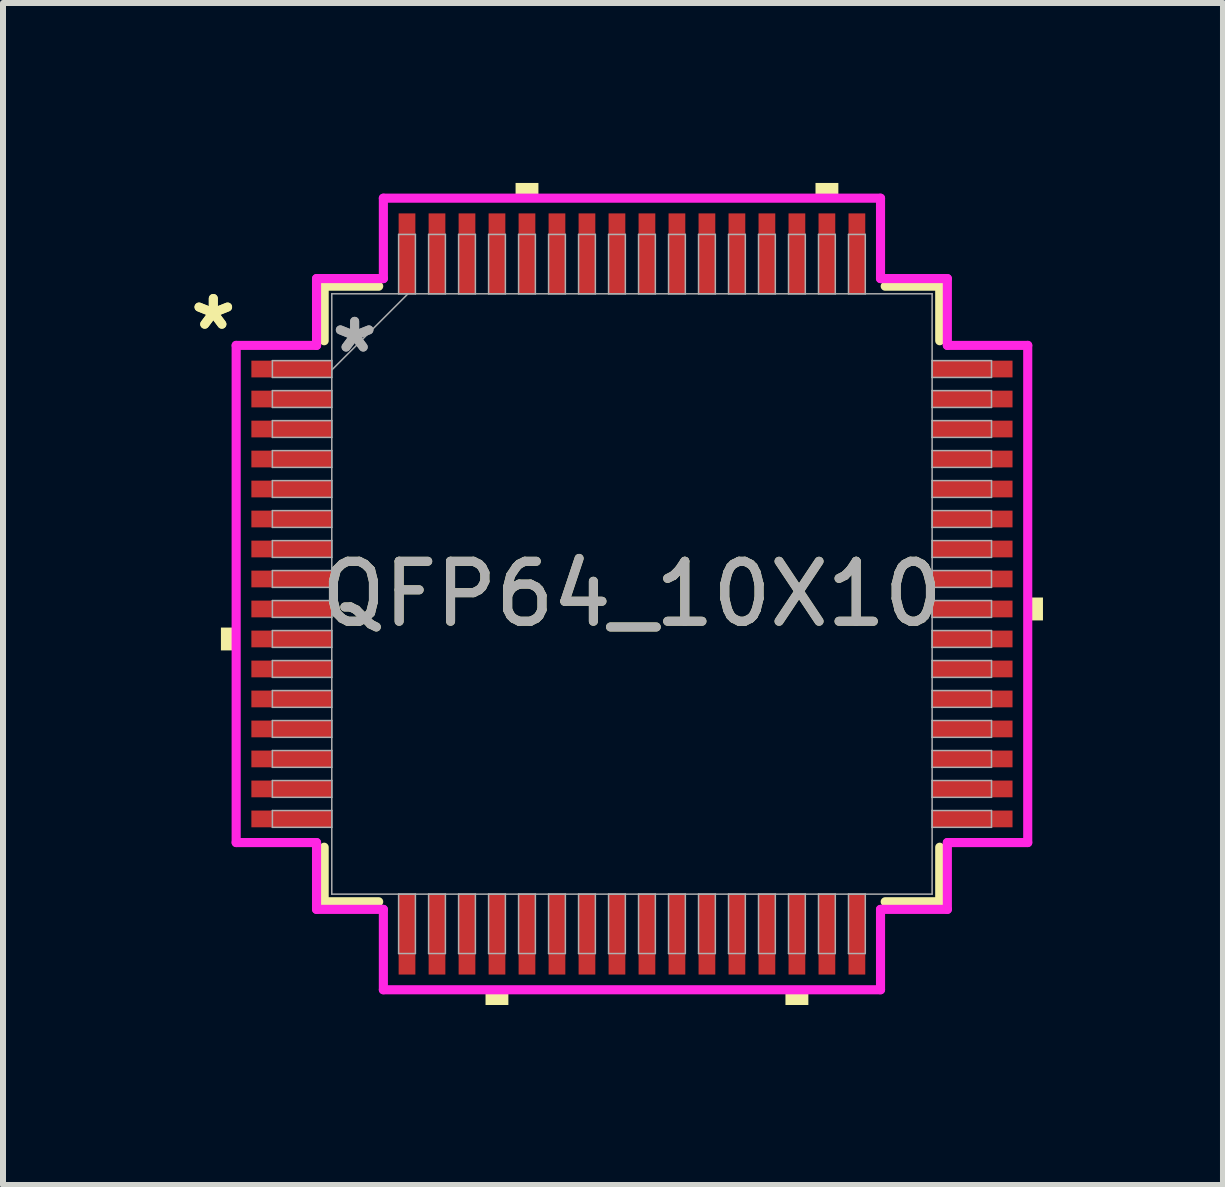
<source format=kicad_pcb>
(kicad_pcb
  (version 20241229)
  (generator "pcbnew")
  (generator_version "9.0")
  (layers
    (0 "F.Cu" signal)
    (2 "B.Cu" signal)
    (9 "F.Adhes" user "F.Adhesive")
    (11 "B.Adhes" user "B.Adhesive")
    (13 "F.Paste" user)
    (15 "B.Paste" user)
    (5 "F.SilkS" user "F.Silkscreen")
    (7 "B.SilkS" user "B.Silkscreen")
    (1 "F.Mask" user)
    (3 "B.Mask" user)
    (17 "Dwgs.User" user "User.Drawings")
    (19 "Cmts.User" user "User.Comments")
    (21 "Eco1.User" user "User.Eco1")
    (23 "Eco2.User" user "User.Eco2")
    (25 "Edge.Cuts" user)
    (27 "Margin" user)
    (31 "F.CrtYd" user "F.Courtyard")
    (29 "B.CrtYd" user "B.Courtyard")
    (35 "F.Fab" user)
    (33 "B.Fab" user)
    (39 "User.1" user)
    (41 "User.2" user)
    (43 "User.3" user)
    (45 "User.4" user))
  (footprint "QFP64_10X10"
    (layer "F.Cu")
    (at 7.485 6.852)
    (property "Reference" "QFP64_10X10" (at 0 0 0) (unlocked yes) (layer "F.SilkS") (effects (font (size 1 1) (thickness 0.15))))
    (attr smd)
    (fp_line (start -5.131 -5.131) (end -5.131 -4.222) (stroke (width 0.152) (type solid)) (layer "F.SilkS"))
    (fp_line (start -5.131 4.222) (end -5.131 5.131) (stroke (width 0.152) (type solid)) (layer "F.SilkS"))
    (fp_line (start -5.131 5.131) (end -4.222 5.131) (stroke (width 0.152) (type solid)) (layer "F.SilkS"))
    (fp_line (start -4.222 -5.131) (end -5.131 -5.131) (stroke (width 0.152) (type solid)) (layer "F.SilkS"))
    (fp_line (start 4.222 5.131) (end 5.131 5.131) (stroke (width 0.152) (type solid)) (layer "F.SilkS"))
    (fp_line (start 5.131 -5.131) (end 4.222 -5.131) (stroke (width 0.152) (type solid)) (layer "F.SilkS"))
    (fp_line (start 5.131 -4.222) (end 5.131 -5.131) (stroke (width 0.152) (type solid)) (layer "F.SilkS"))
    (fp_line (start 5.131 5.131) (end 5.131 4.222) (stroke (width 0.152) (type solid)) (layer "F.SilkS"))
    (fp_poly (pts (xy -6.852 0.56) (xy -6.852 0.941) (xy -6.598 0.941) (xy -6.598 0.56)) (stroke (width 0) (type solid)) (fill yes) (layer "F.SilkS"))
    (fp_poly (pts (xy -2.441 6.598) (xy -2.441 6.852) (xy -2.06 6.852) (xy -2.06 6.598)) (stroke (width 0) (type solid)) (fill yes) (layer "F.SilkS"))
    (fp_poly (pts (xy -1.94 -6.598) (xy -1.94 -6.852) (xy -1.559 -6.852) (xy -1.559 -6.598)) (stroke (width 0) (type solid)) (fill yes) (layer "F.SilkS"))
    (fp_poly (pts (xy 2.559 6.598) (xy 2.559 6.852) (xy 2.941 6.852) (xy 2.941 6.598)) (stroke (width 0) (type solid)) (fill yes) (layer "F.SilkS"))
    (fp_poly (pts (xy 3.06 -6.598) (xy 3.06 -6.852) (xy 3.441 -6.852) (xy 3.441 -6.598)) (stroke (width 0) (type solid)) (fill yes) (layer "F.SilkS"))
    (fp_poly (pts (xy 6.852 0.059) (xy 6.852 0.441) (xy 6.598 0.441) (xy 6.598 0.059)) (stroke (width 0) (type solid)) (fill yes) (layer "F.SilkS"))
    (fp_line (start -6.598 -4.144) (end -5.258 -4.144) (stroke (width 0.152) (type solid)) (layer "F.CrtYd"))
    (fp_line (start -6.598 4.144) (end -6.598 -4.144) (stroke (width 0.152) (type solid)) (layer "F.CrtYd"))
    (fp_line (start -5.258 -5.258) (end -4.144 -5.258) (stroke (width 0.152) (type solid)) (layer "F.CrtYd"))
    (fp_line (start -5.258 -4.144) (end -5.258 -5.258) (stroke (width 0.152) (type solid)) (layer "F.CrtYd"))
    (fp_line (start -5.258 4.144) (end -6.598 4.144) (stroke (width 0.152) (type solid)) (layer "F.CrtYd"))
    (fp_line (start -5.258 5.258) (end -5.258 4.144) (stroke (width 0.152) (type solid)) (layer "F.CrtYd"))
    (fp_line (start -5.258 5.258) (end -4.144 5.258) (stroke (width 0.152) (type solid)) (layer "F.CrtYd"))
    (fp_line (start -4.144 -6.598) (end 4.144 -6.598) (stroke (width 0.152) (type solid)) (layer "F.CrtYd"))
    (fp_line (start -4.144 -5.258) (end -4.144 -6.598) (stroke (width 0.152) (type solid)) (layer "F.CrtYd"))
    (fp_line (start -4.144 5.258) (end -4.144 6.598) (stroke (width 0.152) (type solid)) (layer "F.CrtYd"))
    (fp_line (start -4.144 6.598) (end 4.144 6.598) (stroke (width 0.152) (type solid)) (layer "F.CrtYd"))
    (fp_line (start 4.144 -6.598) (end 4.144 -5.258) (stroke (width 0.152) (type solid)) (layer "F.CrtYd"))
    (fp_line (start 4.144 -5.258) (end 5.258 -5.258) (stroke (width 0.152) (type solid)) (layer "F.CrtYd"))
    (fp_line (start 4.144 5.258) (end 5.258 5.258) (stroke (width 0.152) (type solid)) (layer "F.CrtYd"))
    (fp_line (start 4.144 6.598) (end 4.144 5.258) (stroke (width 0.152) (type solid)) (layer "F.CrtYd"))
    (fp_line (start 5.258 -4.144) (end 5.258 -5.258) (stroke (width 0.152) (type solid)) (layer "F.CrtYd"))
    (fp_line (start 5.258 4.144) (end 6.598 4.144) (stroke (width 0.152) (type solid)) (layer "F.CrtYd"))
    (fp_line (start 5.258 5.258) (end 5.258 4.144) (stroke (width 0.152) (type solid)) (layer "F.CrtYd"))
    (fp_line (start 6.598 -4.144) (end 5.258 -4.144) (stroke (width 0.152) (type solid)) (layer "F.CrtYd"))
    (fp_line (start 6.598 4.144) (end 6.598 -4.144) (stroke (width 0.152) (type solid)) (layer "F.CrtYd"))
    (fp_line (start -5.994 -3.89) (end -5.994 -3.61) (stroke (width 0.025) (type solid)) (layer "F.Fab"))
    (fp_line (start -5.994 -3.61) (end -5.004 -3.61) (stroke (width 0.025) (type solid)) (layer "F.Fab"))
    (fp_line (start -5.994 -3.39) (end -5.994 -3.11) (stroke (width 0.025) (type solid)) (layer "F.Fab"))
    (fp_line (start -5.994 -3.11) (end -5.004 -3.11) (stroke (width 0.025) (type solid)) (layer "F.Fab"))
    (fp_line (start -5.994 -2.89) (end -5.994 -2.61) (stroke (width 0.025) (type solid)) (layer "F.Fab"))
    (fp_line (start -5.994 -2.61) (end -5.004 -2.61) (stroke (width 0.025) (type solid)) (layer "F.Fab"))
    (fp_line (start -5.994 -2.39) (end -5.994 -2.11) (stroke (width 0.025) (type solid)) (layer "F.Fab"))
    (fp_line (start -5.994 -2.11) (end -5.004 -2.11) (stroke (width 0.025) (type solid)) (layer "F.Fab"))
    (fp_line (start -5.994 -1.89) (end -5.994 -1.61) (stroke (width 0.025) (type solid)) (layer "F.Fab"))
    (fp_line (start -5.994 -1.61) (end -5.004 -1.61) (stroke (width 0.025) (type solid)) (layer "F.Fab"))
    (fp_line (start -5.994 -1.39) (end -5.994 -1.11) (stroke (width 0.025) (type solid)) (layer "F.Fab"))
    (fp_line (start -5.994 -1.11) (end -5.004 -1.11) (stroke (width 0.025) (type solid)) (layer "F.Fab"))
    (fp_line (start -5.994 -0.89) (end -5.994 -0.61) (stroke (width 0.025) (type solid)) (layer "F.Fab"))
    (fp_line (start -5.994 -0.61) (end -5.004 -0.61) (stroke (width 0.025) (type solid)) (layer "F.Fab"))
    (fp_line (start -5.994 -0.39) (end -5.994 -0.11) (stroke (width 0.025) (type solid)) (layer "F.Fab"))
    (fp_line (start -5.994 -0.11) (end -5.004 -0.11) (stroke (width 0.025) (type solid)) (layer "F.Fab"))
    (fp_line (start -5.994 0.11) (end -5.994 0.39) (stroke (width 0.025) (type solid)) (layer "F.Fab"))
    (fp_line (start -5.994 0.39) (end -5.004 0.39) (stroke (width 0.025) (type solid)) (layer "F.Fab"))
    (fp_line (start -5.994 0.61) (end -5.994 0.89) (stroke (width 0.025) (type solid)) (layer "F.Fab"))
    (fp_line (start -5.994 0.89) (end -5.004 0.89) (stroke (width 0.025) (type solid)) (layer "F.Fab"))
    (fp_line (start -5.994 1.11) (end -5.994 1.39) (stroke (width 0.025) (type solid)) (layer "F.Fab"))
    (fp_line (start -5.994 1.39) (end -5.004 1.39) (stroke (width 0.025) (type solid)) (layer "F.Fab"))
    (fp_line (start -5.994 1.61) (end -5.994 1.89) (stroke (width 0.025) (type solid)) (layer "F.Fab"))
    (fp_line (start -5.994 1.89) (end -5.004 1.89) (stroke (width 0.025) (type solid)) (layer "F.Fab"))
    (fp_line (start -5.994 2.11) (end -5.994 2.39) (stroke (width 0.025) (type solid)) (layer "F.Fab"))
    (fp_line (start -5.994 2.39) (end -5.004 2.39) (stroke (width 0.025) (type solid)) (layer "F.Fab"))
    (fp_line (start -5.994 2.61) (end -5.994 2.89) (stroke (width 0.025) (type solid)) (layer "F.Fab"))
    (fp_line (start -5.994 2.89) (end -5.004 2.89) (stroke (width 0.025) (type solid)) (layer "F.Fab"))
    (fp_line (start -5.994 3.11) (end -5.994 3.39) (stroke (width 0.025) (type solid)) (layer "F.Fab"))
    (fp_line (start -5.994 3.39) (end -5.004 3.39) (stroke (width 0.025) (type solid)) (layer "F.Fab"))
    (fp_line (start -5.994 3.61) (end -5.994 3.89) (stroke (width 0.025) (type solid)) (layer "F.Fab"))
    (fp_line (start -5.994 3.89) (end -5.004 3.89) (stroke (width 0.025) (type solid)) (layer "F.Fab"))
    (fp_line (start -5.004 -5.004) (end -5.004 5.004) (stroke (width 0.025) (type solid)) (layer "F.Fab"))
    (fp_line (start -5.004 -3.89) (end -5.994 -3.89) (stroke (width 0.025) (type solid)) (layer "F.Fab"))
    (fp_line (start -5.004 -3.734) (end -3.734 -5.004) (stroke (width 0.025) (type solid)) (layer "F.Fab"))
    (fp_line (start -5.004 -3.61) (end -5.004 -3.89) (stroke (width 0.025) (type solid)) (layer "F.Fab"))
    (fp_line (start -5.004 -3.39) (end -5.994 -3.39) (stroke (width 0.025) (type solid)) (layer "F.Fab"))
    (fp_line (start -5.004 -3.11) (end -5.004 -3.39) (stroke (width 0.025) (type solid)) (layer "F.Fab"))
    (fp_line (start -5.004 -2.89) (end -5.994 -2.89) (stroke (width 0.025) (type solid)) (layer "F.Fab"))
    (fp_line (start -5.004 -2.61) (end -5.004 -2.89) (stroke (width 0.025) (type solid)) (layer "F.Fab"))
    (fp_line (start -5.004 -2.39) (end -5.994 -2.39) (stroke (width 0.025) (type solid)) (layer "F.Fab"))
    (fp_line (start -5.004 -2.11) (end -5.004 -2.39) (stroke (width 0.025) (type solid)) (layer "F.Fab"))
    (fp_line (start -5.004 -1.89) (end -5.994 -1.89) (stroke (width 0.025) (type solid)) (layer "F.Fab"))
    (fp_line (start -5.004 -1.61) (end -5.004 -1.89) (stroke (width 0.025) (type solid)) (layer "F.Fab"))
    (fp_line (start -5.004 -1.39) (end -5.994 -1.39) (stroke (width 0.025) (type solid)) (layer "F.Fab"))
    (fp_line (start -5.004 -1.11) (end -5.004 -1.39) (stroke (width 0.025) (type solid)) (layer "F.Fab"))
    (fp_line (start -5.004 -0.89) (end -5.994 -0.89) (stroke (width 0.025) (type solid)) (layer "F.Fab"))
    (fp_line (start -5.004 -0.61) (end -5.004 -0.89) (stroke (width 0.025) (type solid)) (layer "F.Fab"))
    (fp_line (start -5.004 -0.39) (end -5.994 -0.39) (stroke (width 0.025) (type solid)) (layer "F.Fab"))
    (fp_line (start -5.004 -0.11) (end -5.004 -0.39) (stroke (width 0.025) (type solid)) (layer "F.Fab"))
    (fp_line (start -5.004 0.11) (end -5.994 0.11) (stroke (width 0.025) (type solid)) (layer "F.Fab"))
    (fp_line (start -5.004 0.39) (end -5.004 0.11) (stroke (width 0.025) (type solid)) (layer "F.Fab"))
    (fp_line (start -5.004 0.61) (end -5.994 0.61) (stroke (width 0.025) (type solid)) (layer "F.Fab"))
    (fp_line (start -5.004 0.89) (end -5.004 0.61) (stroke (width 0.025) (type solid)) (layer "F.Fab"))
    (fp_line (start -5.004 1.11) (end -5.994 1.11) (stroke (width 0.025) (type solid)) (layer "F.Fab"))
    (fp_line (start -5.004 1.39) (end -5.004 1.11) (stroke (width 0.025) (type solid)) (layer "F.Fab"))
    (fp_line (start -5.004 1.61) (end -5.994 1.61) (stroke (width 0.025) (type solid)) (layer "F.Fab"))
    (fp_line (start -5.004 1.89) (end -5.004 1.61) (stroke (width 0.025) (type solid)) (layer "F.Fab"))
    (fp_line (start -5.004 2.11) (end -5.994 2.11) (stroke (width 0.025) (type solid)) (layer "F.Fab"))
    (fp_line (start -5.004 2.39) (end -5.004 2.11) (stroke (width 0.025) (type solid)) (layer "F.Fab"))
    (fp_line (start -5.004 2.61) (end -5.994 2.61) (stroke (width 0.025) (type solid)) (layer "F.Fab"))
    (fp_line (start -5.004 2.89) (end -5.004 2.61) (stroke (width 0.025) (type solid)) (layer "F.Fab"))
    (fp_line (start -5.004 3.11) (end -5.994 3.11) (stroke (width 0.025) (type solid)) (layer "F.Fab"))
    (fp_line (start -5.004 3.39) (end -5.004 3.11) (stroke (width 0.025) (type solid)) (layer "F.Fab"))
    (fp_line (start -5.004 3.61) (end -5.994 3.61) (stroke (width 0.025) (type solid)) (layer "F.Fab"))
    (fp_line (start -5.004 3.89) (end -5.004 3.61) (stroke (width 0.025) (type solid)) (layer "F.Fab"))
    (fp_line (start -5.004 5.004) (end 5.004 5.004) (stroke (width 0.025) (type solid)) (layer "F.Fab"))
    (fp_line (start -3.89 -5.994) (end -3.89 -5.004) (stroke (width 0.025) (type solid)) (layer "F.Fab"))
    (fp_line (start -3.89 -5.004) (end -3.61 -5.004) (stroke (width 0.025) (type solid)) (layer "F.Fab"))
    (fp_line (start -3.89 5.004) (end -3.89 5.994) (stroke (width 0.025) (type solid)) (layer "F.Fab"))
    (fp_line (start -3.89 5.994) (end -3.61 5.994) (stroke (width 0.025) (type solid)) (layer "F.Fab"))
    (fp_line (start -3.61 -5.994) (end -3.89 -5.994) (stroke (width 0.025) (type solid)) (layer "F.Fab"))
    (fp_line (start -3.61 -5.004) (end -3.61 -5.994) (stroke (width 0.025) (type solid)) (layer "F.Fab"))
    (fp_line (start -3.61 5.004) (end -3.89 5.004) (stroke (width 0.025) (type solid)) (layer "F.Fab"))
    (fp_line (start -3.61 5.994) (end -3.61 5.004) (stroke (width 0.025) (type solid)) (layer "F.Fab"))
    (fp_line (start -3.39 -5.994) (end -3.39 -5.004) (stroke (width 0.025) (type solid)) (layer "F.Fab"))
    (fp_line (start -3.39 -5.004) (end -3.11 -5.004) (stroke (width 0.025) (type solid)) (layer "F.Fab"))
    (fp_line (start -3.39 5.004) (end -3.39 5.994) (stroke (width 0.025) (type solid)) (layer "F.Fab"))
    (fp_line (start -3.39 5.994) (end -3.11 5.994) (stroke (width 0.025) (type solid)) (layer "F.Fab"))
    (fp_line (start -3.11 -5.994) (end -3.39 -5.994) (stroke (width 0.025) (type solid)) (layer "F.Fab"))
    (fp_line (start -3.11 -5.004) (end -3.11 -5.994) (stroke (width 0.025) (type solid)) (layer "F.Fab"))
    (fp_line (start -3.11 5.004) (end -3.39 5.004) (stroke (width 0.025) (type solid)) (layer "F.Fab"))
    (fp_line (start -3.11 5.994) (end -3.11 5.004) (stroke (width 0.025) (type solid)) (layer "F.Fab"))
    (fp_line (start -2.89 -5.994) (end -2.89 -5.004) (stroke (width 0.025) (type solid)) (layer "F.Fab"))
    (fp_line (start -2.89 -5.004) (end -2.61 -5.004) (stroke (width 0.025) (type solid)) (layer "F.Fab"))
    (fp_line (start -2.89 5.004) (end -2.89 5.994) (stroke (width 0.025) (type solid)) (layer "F.Fab"))
    (fp_line (start -2.89 5.994) (end -2.61 5.994) (stroke (width 0.025) (type solid)) (layer "F.Fab"))
    (fp_line (start -2.61 -5.994) (end -2.89 -5.994) (stroke (width 0.025) (type solid)) (layer "F.Fab"))
    (fp_line (start -2.61 -5.004) (end -2.61 -5.994) (stroke (width 0.025) (type solid)) (layer "F.Fab"))
    (fp_line (start -2.61 5.004) (end -2.89 5.004) (stroke (width 0.025) (type solid)) (layer "F.Fab"))
    (fp_line (start -2.61 5.994) (end -2.61 5.004) (stroke (width 0.025) (type solid)) (layer "F.Fab"))
    (fp_line (start -2.39 -5.994) (end -2.39 -5.004) (stroke (width 0.025) (type solid)) (layer "F.Fab"))
    (fp_line (start -2.39 -5.004) (end -2.11 -5.004) (stroke (width 0.025) (type solid)) (layer "F.Fab"))
    (fp_line (start -2.39 5.004) (end -2.39 5.994) (stroke (width 0.025) (type solid)) (layer "F.Fab"))
    (fp_line (start -2.39 5.994) (end -2.11 5.994) (stroke (width 0.025) (type solid)) (layer "F.Fab"))
    (fp_line (start -2.11 -5.994) (end -2.39 -5.994) (stroke (width 0.025) (type solid)) (layer "F.Fab"))
    (fp_line (start -2.11 -5.004) (end -2.11 -5.994) (stroke (width 0.025) (type solid)) (layer "F.Fab"))
    (fp_line (start -2.11 5.004) (end -2.39 5.004) (stroke (width 0.025) (type solid)) (layer "F.Fab"))
    (fp_line (start -2.11 5.994) (end -2.11 5.004) (stroke (width 0.025) (type solid)) (layer "F.Fab"))
    (fp_line (start -1.89 -5.994) (end -1.89 -5.004) (stroke (width 0.025) (type solid)) (layer "F.Fab"))
    (fp_line (start -1.89 -5.004) (end -1.61 -5.004) (stroke (width 0.025) (type solid)) (layer "F.Fab"))
    (fp_line (start -1.89 5.004) (end -1.89 5.994) (stroke (width 0.025) (type solid)) (layer "F.Fab"))
    (fp_line (start -1.89 5.994) (end -1.61 5.994) (stroke (width 0.025) (type solid)) (layer "F.Fab"))
    (fp_line (start -1.61 -5.994) (end -1.89 -5.994) (stroke (width 0.025) (type solid)) (layer "F.Fab"))
    (fp_line (start -1.61 -5.004) (end -1.61 -5.994) (stroke (width 0.025) (type solid)) (layer "F.Fab"))
    (fp_line (start -1.61 5.004) (end -1.89 5.004) (stroke (width 0.025) (type solid)) (layer "F.Fab"))
    (fp_line (start -1.61 5.994) (end -1.61 5.004) (stroke (width 0.025) (type solid)) (layer "F.Fab"))
    (fp_line (start -1.39 -5.994) (end -1.39 -5.004) (stroke (width 0.025) (type solid)) (layer "F.Fab"))
    (fp_line (start -1.39 -5.004) (end -1.11 -5.004) (stroke (width 0.025) (type solid)) (layer "F.Fab"))
    (fp_line (start -1.39 5.004) (end -1.39 5.994) (stroke (width 0.025) (type solid)) (layer "F.Fab"))
    (fp_line (start -1.39 5.994) (end -1.11 5.994) (stroke (width 0.025) (type solid)) (layer "F.Fab"))
    (fp_line (start -1.11 -5.994) (end -1.39 -5.994) (stroke (width 0.025) (type solid)) (layer "F.Fab"))
    (fp_line (start -1.11 -5.004) (end -1.11 -5.994) (stroke (width 0.025) (type solid)) (layer "F.Fab"))
    (fp_line (start -1.11 5.004) (end -1.39 5.004) (stroke (width 0.025) (type solid)) (layer "F.Fab"))
    (fp_line (start -1.11 5.994) (end -1.11 5.004) (stroke (width 0.025) (type solid)) (layer "F.Fab"))
    (fp_line (start -0.89 -5.994) (end -0.89 -5.004) (stroke (width 0.025) (type solid)) (layer "F.Fab"))
    (fp_line (start -0.89 -5.004) (end -0.61 -5.004) (stroke (width 0.025) (type solid)) (layer "F.Fab"))
    (fp_line (start -0.89 5.004) (end -0.89 5.994) (stroke (width 0.025) (type solid)) (layer "F.Fab"))
    (fp_line (start -0.89 5.994) (end -0.61 5.994) (stroke (width 0.025) (type solid)) (layer "F.Fab"))
    (fp_line (start -0.61 -5.994) (end -0.89 -5.994) (stroke (width 0.025) (type solid)) (layer "F.Fab"))
    (fp_line (start -0.61 -5.004) (end -0.61 -5.994) (stroke (width 0.025) (type solid)) (layer "F.Fab"))
    (fp_line (start -0.61 5.004) (end -0.89 5.004) (stroke (width 0.025) (type solid)) (layer "F.Fab"))
    (fp_line (start -0.61 5.994) (end -0.61 5.004) (stroke (width 0.025) (type solid)) (layer "F.Fab"))
    (fp_line (start -0.39 -5.994) (end -0.39 -5.004) (stroke (width 0.025) (type solid)) (layer "F.Fab"))
    (fp_line (start -0.39 -5.004) (end -0.11 -5.004) (stroke (width 0.025) (type solid)) (layer "F.Fab"))
    (fp_line (start -0.39 5.004) (end -0.39 5.994) (stroke (width 0.025) (type solid)) (layer "F.Fab"))
    (fp_line (start -0.39 5.994) (end -0.11 5.994) (stroke (width 0.025) (type solid)) (layer "F.Fab"))
    (fp_line (start -0.11 -5.994) (end -0.39 -5.994) (stroke (width 0.025) (type solid)) (layer "F.Fab"))
    (fp_line (start -0.11 -5.004) (end -0.11 -5.994) (stroke (width 0.025) (type solid)) (layer "F.Fab"))
    (fp_line (start -0.11 5.004) (end -0.39 5.004) (stroke (width 0.025) (type solid)) (layer "F.Fab"))
    (fp_line (start -0.11 5.994) (end -0.11 5.004) (stroke (width 0.025) (type solid)) (layer "F.Fab"))
    (fp_line (start 0.11 -5.994) (end 0.11 -5.004) (stroke (width 0.025) (type solid)) (layer "F.Fab"))
    (fp_line (start 0.11 -5.004) (end 0.39 -5.004) (stroke (width 0.025) (type solid)) (layer "F.Fab"))
    (fp_line (start 0.11 5.004) (end 0.11 5.994) (stroke (width 0.025) (type solid)) (layer "F.Fab"))
    (fp_line (start 0.11 5.994) (end 0.39 5.994) (stroke (width 0.025) (type solid)) (layer "F.Fab"))
    (fp_line (start 0.39 -5.994) (end 0.11 -5.994) (stroke (width 0.025) (type solid)) (layer "F.Fab"))
    (fp_line (start 0.39 -5.004) (end 0.39 -5.994) (stroke (width 0.025) (type solid)) (layer "F.Fab"))
    (fp_line (start 0.39 5.004) (end 0.11 5.004) (stroke (width 0.025) (type solid)) (layer "F.Fab"))
    (fp_line (start 0.39 5.994) (end 0.39 5.004) (stroke (width 0.025) (type solid)) (layer "F.Fab"))
    (fp_line (start 0.61 -5.994) (end 0.61 -5.004) (stroke (width 0.025) (type solid)) (layer "F.Fab"))
    (fp_line (start 0.61 -5.004) (end 0.89 -5.004) (stroke (width 0.025) (type solid)) (layer "F.Fab"))
    (fp_line (start 0.61 5.004) (end 0.61 5.994) (stroke (width 0.025) (type solid)) (layer "F.Fab"))
    (fp_line (start 0.61 5.994) (end 0.89 5.994) (stroke (width 0.025) (type solid)) (layer "F.Fab"))
    (fp_line (start 0.89 -5.994) (end 0.61 -5.994) (stroke (width 0.025) (type solid)) (layer "F.Fab"))
    (fp_line (start 0.89 -5.004) (end 0.89 -5.994) (stroke (width 0.025) (type solid)) (layer "F.Fab"))
    (fp_line (start 0.89 5.004) (end 0.61 5.004) (stroke (width 0.025) (type solid)) (layer "F.Fab"))
    (fp_line (start 0.89 5.994) (end 0.89 5.004) (stroke (width 0.025) (type solid)) (layer "F.Fab"))
    (fp_line (start 1.11 -5.994) (end 1.11 -5.004) (stroke (width 0.025) (type solid)) (layer "F.Fab"))
    (fp_line (start 1.11 -5.004) (end 1.39 -5.004) (stroke (width 0.025) (type solid)) (layer "F.Fab"))
    (fp_line (start 1.11 5.004) (end 1.11 5.994) (stroke (width 0.025) (type solid)) (layer "F.Fab"))
    (fp_line (start 1.11 5.994) (end 1.39 5.994) (stroke (width 0.025) (type solid)) (layer "F.Fab"))
    (fp_line (start 1.39 -5.994) (end 1.11 -5.994) (stroke (width 0.025) (type solid)) (layer "F.Fab"))
    (fp_line (start 1.39 -5.004) (end 1.39 -5.994) (stroke (width 0.025) (type solid)) (layer "F.Fab"))
    (fp_line (start 1.39 5.004) (end 1.11 5.004) (stroke (width 0.025) (type solid)) (layer "F.Fab"))
    (fp_line (start 1.39 5.994) (end 1.39 5.004) (stroke (width 0.025) (type solid)) (layer "F.Fab"))
    (fp_line (start 1.61 -5.994) (end 1.61 -5.004) (stroke (width 0.025) (type solid)) (layer "F.Fab"))
    (fp_line (start 1.61 -5.004) (end 1.89 -5.004) (stroke (width 0.025) (type solid)) (layer "F.Fab"))
    (fp_line (start 1.61 5.004) (end 1.61 5.994) (stroke (width 0.025) (type solid)) (layer "F.Fab"))
    (fp_line (start 1.61 5.994) (end 1.89 5.994) (stroke (width 0.025) (type solid)) (layer "F.Fab"))
    (fp_line (start 1.89 -5.994) (end 1.61 -5.994) (stroke (width 0.025) (type solid)) (layer "F.Fab"))
    (fp_line (start 1.89 -5.004) (end 1.89 -5.994) (stroke (width 0.025) (type solid)) (layer "F.Fab"))
    (fp_line (start 1.89 5.004) (end 1.61 5.004) (stroke (width 0.025) (type solid)) (layer "F.Fab"))
    (fp_line (start 1.89 5.994) (end 1.89 5.004) (stroke (width 0.025) (type solid)) (layer "F.Fab"))
    (fp_line (start 2.11 -5.994) (end 2.11 -5.004) (stroke (width 0.025) (type solid)) (layer "F.Fab"))
    (fp_line (start 2.11 -5.004) (end 2.39 -5.004) (stroke (width 0.025) (type solid)) (layer "F.Fab"))
    (fp_line (start 2.11 5.004) (end 2.11 5.994) (stroke (width 0.025) (type solid)) (layer "F.Fab"))
    (fp_line (start 2.11 5.994) (end 2.39 5.994) (stroke (width 0.025) (type solid)) (layer "F.Fab"))
    (fp_line (start 2.39 -5.994) (end 2.11 -5.994) (stroke (width 0.025) (type solid)) (layer "F.Fab"))
    (fp_line (start 2.39 -5.004) (end 2.39 -5.994) (stroke (width 0.025) (type solid)) (layer "F.Fab"))
    (fp_line (start 2.39 5.004) (end 2.11 5.004) (stroke (width 0.025) (type solid)) (layer "F.Fab"))
    (fp_line (start 2.39 5.994) (end 2.39 5.004) (stroke (width 0.025) (type solid)) (layer "F.Fab"))
    (fp_line (start 2.61 -5.994) (end 2.61 -5.004) (stroke (width 0.025) (type solid)) (layer "F.Fab"))
    (fp_line (start 2.61 -5.004) (end 2.89 -5.004) (stroke (width 0.025) (type solid)) (layer "F.Fab"))
    (fp_line (start 2.61 5.004) (end 2.61 5.994) (stroke (width 0.025) (type solid)) (layer "F.Fab"))
    (fp_line (start 2.61 5.994) (end 2.89 5.994) (stroke (width 0.025) (type solid)) (layer "F.Fab"))
    (fp_line (start 2.89 -5.994) (end 2.61 -5.994) (stroke (width 0.025) (type solid)) (layer "F.Fab"))
    (fp_line (start 2.89 -5.004) (end 2.89 -5.994) (stroke (width 0.025) (type solid)) (layer "F.Fab"))
    (fp_line (start 2.89 5.004) (end 2.61 5.004) (stroke (width 0.025) (type solid)) (layer "F.Fab"))
    (fp_line (start 2.89 5.994) (end 2.89 5.004) (stroke (width 0.025) (type solid)) (layer "F.Fab"))
    (fp_line (start 3.11 -5.994) (end 3.11 -5.004) (stroke (width 0.025) (type solid)) (layer "F.Fab"))
    (fp_line (start 3.11 -5.004) (end 3.39 -5.004) (stroke (width 0.025) (type solid)) (layer "F.Fab"))
    (fp_line (start 3.11 5.004) (end 3.11 5.994) (stroke (width 0.025) (type solid)) (layer "F.Fab"))
    (fp_line (start 3.11 5.994) (end 3.39 5.994) (stroke (width 0.025) (type solid)) (layer "F.Fab"))
    (fp_line (start 3.39 -5.994) (end 3.11 -5.994) (stroke (width 0.025) (type solid)) (layer "F.Fab"))
    (fp_line (start 3.39 -5.004) (end 3.39 -5.994) (stroke (width 0.025) (type solid)) (layer "F.Fab"))
    (fp_line (start 3.39 5.004) (end 3.11 5.004) (stroke (width 0.025) (type solid)) (layer "F.Fab"))
    (fp_line (start 3.39 5.994) (end 3.39 5.004) (stroke (width 0.025) (type solid)) (layer "F.Fab"))
    (fp_line (start 3.61 -5.994) (end 3.61 -5.004) (stroke (width 0.025) (type solid)) (layer "F.Fab"))
    (fp_line (start 3.61 -5.004) (end 3.89 -5.004) (stroke (width 0.025) (type solid)) (layer "F.Fab"))
    (fp_line (start 3.61 5.004) (end 3.61 5.994) (stroke (width 0.025) (type solid)) (layer "F.Fab"))
    (fp_line (start 3.61 5.994) (end 3.89 5.994) (stroke (width 0.025) (type solid)) (layer "F.Fab"))
    (fp_line (start 3.89 -5.994) (end 3.61 -5.994) (stroke (width 0.025) (type solid)) (layer "F.Fab"))
    (fp_line (start 3.89 -5.004) (end 3.89 -5.994) (stroke (width 0.025) (type solid)) (layer "F.Fab"))
    (fp_line (start 3.89 5.004) (end 3.61 5.004) (stroke (width 0.025) (type solid)) (layer "F.Fab"))
    (fp_line (start 3.89 5.994) (end 3.89 5.004) (stroke (width 0.025) (type solid)) (layer "F.Fab"))
    (fp_line (start 5.004 -5.004) (end -5.004 -5.004) (stroke (width 0.025) (type solid)) (layer "F.Fab"))
    (fp_line (start 5.004 -3.89) (end 5.004 -3.61) (stroke (width 0.025) (type solid)) (layer "F.Fab"))
    (fp_line (start 5.004 -3.61) (end 5.994 -3.61) (stroke (width 0.025) (type solid)) (layer "F.Fab"))
    (fp_line (start 5.004 -3.39) (end 5.004 -3.11) (stroke (width 0.025) (type solid)) (layer "F.Fab"))
    (fp_line (start 5.004 -3.11) (end 5.994 -3.11) (stroke (width 0.025) (type solid)) (layer "F.Fab"))
    (fp_line (start 5.004 -2.89) (end 5.004 -2.61) (stroke (width 0.025) (type solid)) (layer "F.Fab"))
    (fp_line (start 5.004 -2.61) (end 5.994 -2.61) (stroke (width 0.025) (type solid)) (layer "F.Fab"))
    (fp_line (start 5.004 -2.39) (end 5.004 -2.11) (stroke (width 0.025) (type solid)) (layer "F.Fab"))
    (fp_line (start 5.004 -2.11) (end 5.994 -2.11) (stroke (width 0.025) (type solid)) (layer "F.Fab"))
    (fp_line (start 5.004 -1.89) (end 5.004 -1.61) (stroke (width 0.025) (type solid)) (layer "F.Fab"))
    (fp_line (start 5.004 -1.61) (end 5.994 -1.61) (stroke (width 0.025) (type solid)) (layer "F.Fab"))
    (fp_line (start 5.004 -1.39) (end 5.004 -1.11) (stroke (width 0.025) (type solid)) (layer "F.Fab"))
    (fp_line (start 5.004 -1.11) (end 5.994 -1.11) (stroke (width 0.025) (type solid)) (layer "F.Fab"))
    (fp_line (start 5.004 -0.89) (end 5.004 -0.61) (stroke (width 0.025) (type solid)) (layer "F.Fab"))
    (fp_line (start 5.004 -0.61) (end 5.994 -0.61) (stroke (width 0.025) (type solid)) (layer "F.Fab"))
    (fp_line (start 5.004 -0.39) (end 5.004 -0.11) (stroke (width 0.025) (type solid)) (layer "F.Fab"))
    (fp_line (start 5.004 -0.11) (end 5.994 -0.11) (stroke (width 0.025) (type solid)) (layer "F.Fab"))
    (fp_line (start 5.004 0.11) (end 5.004 0.39) (stroke (width 0.025) (type solid)) (layer "F.Fab"))
    (fp_line (start 5.004 0.39) (end 5.994 0.39) (stroke (width 0.025) (type solid)) (layer "F.Fab"))
    (fp_line (start 5.004 0.61) (end 5.004 0.89) (stroke (width 0.025) (type solid)) (layer "F.Fab"))
    (fp_line (start 5.004 0.89) (end 5.994 0.89) (stroke (width 0.025) (type solid)) (layer "F.Fab"))
    (fp_line (start 5.004 1.11) (end 5.004 1.39) (stroke (width 0.025) (type solid)) (layer "F.Fab"))
    (fp_line (start 5.004 1.39) (end 5.994 1.39) (stroke (width 0.025) (type solid)) (layer "F.Fab"))
    (fp_line (start 5.004 1.61) (end 5.004 1.89) (stroke (width 0.025) (type solid)) (layer "F.Fab"))
    (fp_line (start 5.004 1.89) (end 5.994 1.89) (stroke (width 0.025) (type solid)) (layer "F.Fab"))
    (fp_line (start 5.004 2.11) (end 5.004 2.39) (stroke (width 0.025) (type solid)) (layer "F.Fab"))
    (fp_line (start 5.004 2.39) (end 5.994 2.39) (stroke (width 0.025) (type solid)) (layer "F.Fab"))
    (fp_line (start 5.004 2.61) (end 5.004 2.89) (stroke (width 0.025) (type solid)) (layer "F.Fab"))
    (fp_line (start 5.004 2.89) (end 5.994 2.89) (stroke (width 0.025) (type solid)) (layer "F.Fab"))
    (fp_line (start 5.004 3.11) (end 5.004 3.39) (stroke (width 0.025) (type solid)) (layer "F.Fab"))
    (fp_line (start 5.004 3.39) (end 5.994 3.39) (stroke (width 0.025) (type solid)) (layer "F.Fab"))
    (fp_line (start 5.004 3.61) (end 5.004 3.89) (stroke (width 0.025) (type solid)) (layer "F.Fab"))
    (fp_line (start 5.004 3.89) (end 5.994 3.89) (stroke (width 0.025) (type solid)) (layer "F.Fab"))
    (fp_line (start 5.004 5.004) (end 5.004 -5.004) (stroke (width 0.025) (type solid)) (layer "F.Fab"))
    (fp_line (start 5.994 -3.89) (end 5.004 -3.89) (stroke (width 0.025) (type solid)) (layer "F.Fab"))
    (fp_line (start 5.994 -3.61) (end 5.994 -3.89) (stroke (width 0.025) (type solid)) (layer "F.Fab"))
    (fp_line (start 5.994 -3.39) (end 5.004 -3.39) (stroke (width 0.025) (type solid)) (layer "F.Fab"))
    (fp_line (start 5.994 -3.11) (end 5.994 -3.39) (stroke (width 0.025) (type solid)) (layer "F.Fab"))
    (fp_line (start 5.994 -2.89) (end 5.004 -2.89) (stroke (width 0.025) (type solid)) (layer "F.Fab"))
    (fp_line (start 5.994 -2.61) (end 5.994 -2.89) (stroke (width 0.025) (type solid)) (layer "F.Fab"))
    (fp_line (start 5.994 -2.39) (end 5.004 -2.39) (stroke (width 0.025) (type solid)) (layer "F.Fab"))
    (fp_line (start 5.994 -2.11) (end 5.994 -2.39) (stroke (width 0.025) (type solid)) (layer "F.Fab"))
    (fp_line (start 5.994 -1.89) (end 5.004 -1.89) (stroke (width 0.025) (type solid)) (layer "F.Fab"))
    (fp_line (start 5.994 -1.61) (end 5.994 -1.89) (stroke (width 0.025) (type solid)) (layer "F.Fab"))
    (fp_line (start 5.994 -1.39) (end 5.004 -1.39) (stroke (width 0.025) (type solid)) (layer "F.Fab"))
    (fp_line (start 5.994 -1.11) (end 5.994 -1.39) (stroke (width 0.025) (type solid)) (layer "F.Fab"))
    (fp_line (start 5.994 -0.89) (end 5.004 -0.89) (stroke (width 0.025) (type solid)) (layer "F.Fab"))
    (fp_line (start 5.994 -0.61) (end 5.994 -0.89) (stroke (width 0.025) (type solid)) (layer "F.Fab"))
    (fp_line (start 5.994 -0.39) (end 5.004 -0.39) (stroke (width 0.025) (type solid)) (layer "F.Fab"))
    (fp_line (start 5.994 -0.11) (end 5.994 -0.39) (stroke (width 0.025) (type solid)) (layer "F.Fab"))
    (fp_line (start 5.994 0.11) (end 5.004 0.11) (stroke (width 0.025) (type solid)) (layer "F.Fab"))
    (fp_line (start 5.994 0.39) (end 5.994 0.11) (stroke (width 0.025) (type solid)) (layer "F.Fab"))
    (fp_line (start 5.994 0.61) (end 5.004 0.61) (stroke (width 0.025) (type solid)) (layer "F.Fab"))
    (fp_line (start 5.994 0.89) (end 5.994 0.61) (stroke (width 0.025) (type solid)) (layer "F.Fab"))
    (fp_line (start 5.994 1.11) (end 5.004 1.11) (stroke (width 0.025) (type solid)) (layer "F.Fab"))
    (fp_line (start 5.994 1.39) (end 5.994 1.11) (stroke (width 0.025) (type solid)) (layer "F.Fab"))
    (fp_line (start 5.994 1.61) (end 5.004 1.61) (stroke (width 0.025) (type solid)) (layer "F.Fab"))
    (fp_line (start 5.994 1.89) (end 5.994 1.61) (stroke (width 0.025) (type solid)) (layer "F.Fab"))
    (fp_line (start 5.994 2.11) (end 5.004 2.11) (stroke (width 0.025) (type solid)) (layer "F.Fab"))
    (fp_line (start 5.994 2.39) (end 5.994 2.11) (stroke (width 0.025) (type solid)) (layer "F.Fab"))
    (fp_line (start 5.994 2.61) (end 5.004 2.61) (stroke (width 0.025) (type solid)) (layer "F.Fab"))
    (fp_line (start 5.994 2.89) (end 5.994 2.61) (stroke (width 0.025) (type solid)) (layer "F.Fab"))
    (fp_line (start 5.994 3.11) (end 5.004 3.11) (stroke (width 0.025) (type solid)) (layer "F.Fab"))
    (fp_line (start 5.994 3.39) (end 5.994 3.11) (stroke (width 0.025) (type solid)) (layer "F.Fab"))
    (fp_line (start 5.994 3.61) (end 5.004 3.61) (stroke (width 0.025) (type solid)) (layer "F.Fab"))
    (fp_line (start 5.994 3.89) (end 5.994 3.61) (stroke (width 0.025) (type solid)) (layer "F.Fab"))
    (fp_text user "*" (at -6.979 -4.381 0) (layer "F.SilkS") (effects (font (size 1 1) (thickness 0.15))))
    (fp_text user "*" (at -6.979 -4.381 0) (unlocked yes) (layer "F.SilkS") (effects (font (size 1 1) (thickness 0.15))))
    (fp_text user "*" (at -4.623 -4 0) (unlocked yes) (layer "F.Fab") (effects (font (size 1 1) (thickness 0.15))))
    (fp_text user "*" (at -4.623 -4 0) (layer "F.Fab") (effects (font (size 1 1) (thickness 0.15))))
    (fp_text user "${REFERENCE}" (at 0 0 0) (unlocked yes) (layer "F.Fab") (effects (font (size 1 1) (thickness 0.15))))
    (pad "1" smd rect (at -5.674 -3.75 90) (size 0.279 1.341) (layers "F.Cu" "F.Mask" "F.Paste"))
    (pad "2" smd rect (at -5.674 -3.25 90) (size 0.279 1.341) (layers "F.Cu" "F.Mask" "F.Paste"))
    (pad "3" smd rect (at -5.674 -2.75 90) (size 0.279 1.341) (layers "F.Cu" "F.Mask" "F.Paste"))
    (pad "4" smd rect (at -5.674 -2.25 90) (size 0.279 1.341) (layers "F.Cu" "F.Mask" "F.Paste"))
    (pad "5" smd rect (at -5.674 -1.75 90) (size 0.279 1.341) (layers "F.Cu" "F.Mask" "F.Paste"))
    (pad "6" smd rect (at -5.674 -1.25 90) (size 0.279 1.341) (layers "F.Cu" "F.Mask" "F.Paste"))
    (pad "7" smd rect (at -5.674 -0.75 90) (size 0.279 1.341) (layers "F.Cu" "F.Mask" "F.Paste"))
    (pad "8" smd rect (at -5.674 -0.25 90) (size 0.279 1.341) (layers "F.Cu" "F.Mask" "F.Paste"))
    (pad "9" smd rect (at -5.674 0.25 90) (size 0.279 1.341) (layers "F.Cu" "F.Mask" "F.Paste"))
    (pad "10" smd rect (at -5.674 0.75 90) (size 0.279 1.341) (layers "F.Cu" "F.Mask" "F.Paste"))
    (pad "11" smd rect (at -5.674 1.25 90) (size 0.279 1.341) (layers "F.Cu" "F.Mask" "F.Paste"))
    (pad "12" smd rect (at -5.674 1.75 90) (size 0.279 1.341) (layers "F.Cu" "F.Mask" "F.Paste"))
    (pad "13" smd rect (at -5.674 2.25 90) (size 0.279 1.341) (layers "F.Cu" "F.Mask" "F.Paste"))
    (pad "14" smd rect (at -5.674 2.75 90) (size 0.279 1.341) (layers "F.Cu" "F.Mask" "F.Paste"))
    (pad "15" smd rect (at -5.674 3.25 90) (size 0.279 1.341) (layers "F.Cu" "F.Mask" "F.Paste"))
    (pad "16" smd rect (at -5.674 3.75 90) (size 0.279 1.341) (layers "F.Cu" "F.Mask" "F.Paste"))
    (pad "17" smd rect (at -3.75 5.674) (size 0.279 1.341) (layers "F.Cu" "F.Mask" "F.Paste"))
    (pad "18" smd rect (at -3.25 5.674) (size 0.279 1.341) (layers "F.Cu" "F.Mask" "F.Paste"))
    (pad "19" smd rect (at -2.75 5.674) (size 0.279 1.341) (layers "F.Cu" "F.Mask" "F.Paste"))
    (pad "20" smd rect (at -2.25 5.674) (size 0.279 1.341) (layers "F.Cu" "F.Mask" "F.Paste"))
    (pad "21" smd rect (at -1.75 5.674) (size 0.279 1.341) (layers "F.Cu" "F.Mask" "F.Paste"))
    (pad "22" smd rect (at -1.25 5.674) (size 0.279 1.341) (layers "F.Cu" "F.Mask" "F.Paste"))
    (pad "23" smd rect (at -0.75 5.674) (size 0.279 1.341) (layers "F.Cu" "F.Mask" "F.Paste"))
    (pad "24" smd rect (at -0.25 5.674) (size 0.279 1.341) (layers "F.Cu" "F.Mask" "F.Paste"))
    (pad "25" smd rect (at 0.25 5.674) (size 0.279 1.341) (layers "F.Cu" "F.Mask" "F.Paste"))
    (pad "26" smd rect (at 0.75 5.674) (size 0.279 1.341) (layers "F.Cu" "F.Mask" "F.Paste"))
    (pad "27" smd rect (at 1.25 5.674) (size 0.279 1.341) (layers "F.Cu" "F.Mask" "F.Paste"))
    (pad "28" smd rect (at 1.75 5.674) (size 0.279 1.341) (layers "F.Cu" "F.Mask" "F.Paste"))
    (pad "29" smd rect (at 2.25 5.674) (size 0.279 1.341) (layers "F.Cu" "F.Mask" "F.Paste"))
    (pad "30" smd rect (at 2.75 5.674) (size 0.279 1.341) (layers "F.Cu" "F.Mask" "F.Paste"))
    (pad "31" smd rect (at 3.25 5.674) (size 0.279 1.341) (layers "F.Cu" "F.Mask" "F.Paste"))
    (pad "32" smd rect (at 3.75 5.674) (size 0.279 1.341) (layers "F.Cu" "F.Mask" "F.Paste"))
    (pad "33" smd rect (at 5.674 3.75 90) (size 0.279 1.341) (layers "F.Cu" "F.Mask" "F.Paste"))
    (pad "34" smd rect (at 5.674 3.25 90) (size 0.279 1.341) (layers "F.Cu" "F.Mask" "F.Paste"))
    (pad "35" smd rect (at 5.674 2.75 90) (size 0.279 1.341) (layers "F.Cu" "F.Mask" "F.Paste"))
    (pad "36" smd rect (at 5.674 2.25 90) (size 0.279 1.341) (layers "F.Cu" "F.Mask" "F.Paste"))
    (pad "37" smd rect (at 5.674 1.75 90) (size 0.279 1.341) (layers "F.Cu" "F.Mask" "F.Paste"))
    (pad "38" smd rect (at 5.674 1.25 90) (size 0.279 1.341) (layers "F.Cu" "F.Mask" "F.Paste"))
    (pad "39" smd rect (at 5.674 0.75 90) (size 0.279 1.341) (layers "F.Cu" "F.Mask" "F.Paste"))
    (pad "40" smd rect (at 5.674 0.25 90) (size 0.279 1.341) (layers "F.Cu" "F.Mask" "F.Paste"))
    (pad "41" smd rect (at 5.674 -0.25 90) (size 0.279 1.341) (layers "F.Cu" "F.Mask" "F.Paste"))
    (pad "42" smd rect (at 5.674 -0.75 90) (size 0.279 1.341) (layers "F.Cu" "F.Mask" "F.Paste"))
    (pad "43" smd rect (at 5.674 -1.25 90) (size 0.279 1.341) (layers "F.Cu" "F.Mask" "F.Paste"))
    (pad "44" smd rect (at 5.674 -1.75 90) (size 0.279 1.341) (layers "F.Cu" "F.Mask" "F.Paste"))
    (pad "45" smd rect (at 5.674 -2.25 90) (size 0.279 1.341) (layers "F.Cu" "F.Mask" "F.Paste"))
    (pad "46" smd rect (at 5.674 -2.75 90) (size 0.279 1.341) (layers "F.Cu" "F.Mask" "F.Paste"))
    (pad "47" smd rect (at 5.674 -3.25 90) (size 0.279 1.341) (layers "F.Cu" "F.Mask" "F.Paste"))
    (pad "48" smd rect (at 5.674 -3.75 90) (size 0.279 1.341) (layers "F.Cu" "F.Mask" "F.Paste"))
    (pad "49" smd rect (at 3.75 -5.674) (size 0.279 1.341) (layers "F.Cu" "F.Mask" "F.Paste"))
    (pad "50" smd rect (at 3.25 -5.674) (size 0.279 1.341) (layers "F.Cu" "F.Mask" "F.Paste"))
    (pad "51" smd rect (at 2.75 -5.674) (size 0.279 1.341) (layers "F.Cu" "F.Mask" "F.Paste"))
    (pad "52" smd rect (at 2.25 -5.674) (size 0.279 1.341) (layers "F.Cu" "F.Mask" "F.Paste"))
    (pad "53" smd rect (at 1.75 -5.674) (size 0.279 1.341) (layers "F.Cu" "F.Mask" "F.Paste"))
    (pad "54" smd rect (at 1.25 -5.674) (size 0.279 1.341) (layers "F.Cu" "F.Mask" "F.Paste"))
    (pad "55" smd rect (at 0.75 -5.674) (size 0.279 1.341) (layers "F.Cu" "F.Mask" "F.Paste"))
    (pad "56" smd rect (at 0.25 -5.674) (size 0.279 1.341) (layers "F.Cu" "F.Mask" "F.Paste"))
    (pad "57" smd rect (at -0.25 -5.674) (size 0.279 1.341) (layers "F.Cu" "F.Mask" "F.Paste"))
    (pad "58" smd rect (at -0.75 -5.674) (size 0.279 1.341) (layers "F.Cu" "F.Mask" "F.Paste"))
    (pad "59" smd rect (at -1.25 -5.674) (size 0.279 1.341) (layers "F.Cu" "F.Mask" "F.Paste"))
    (pad "60" smd rect (at -1.75 -5.674) (size 0.279 1.341) (layers "F.Cu" "F.Mask" "F.Paste"))
    (pad "61" smd rect (at -2.25 -5.674) (size 0.279 1.341) (layers "F.Cu" "F.Mask" "F.Paste"))
    (pad "62" smd rect (at -2.75 -5.674) (size 0.279 1.341) (layers "F.Cu" "F.Mask" "F.Paste"))
    (pad "63" smd rect (at -3.25 -5.674) (size 0.279 1.341) (layers "F.Cu" "F.Mask" "F.Paste"))
    (pad "64" smd rect (at -3.75 -5.674) (size 0.279 1.341) (layers "F.Cu" "F.Mask" "F.Paste")))
  (gr_rect
    (start -3 -3)
    (end 17.338 16.705)
    (stroke (width 0.1) (type default))
    (fill no)
    (layer "Edge.Cuts")))
</source>
